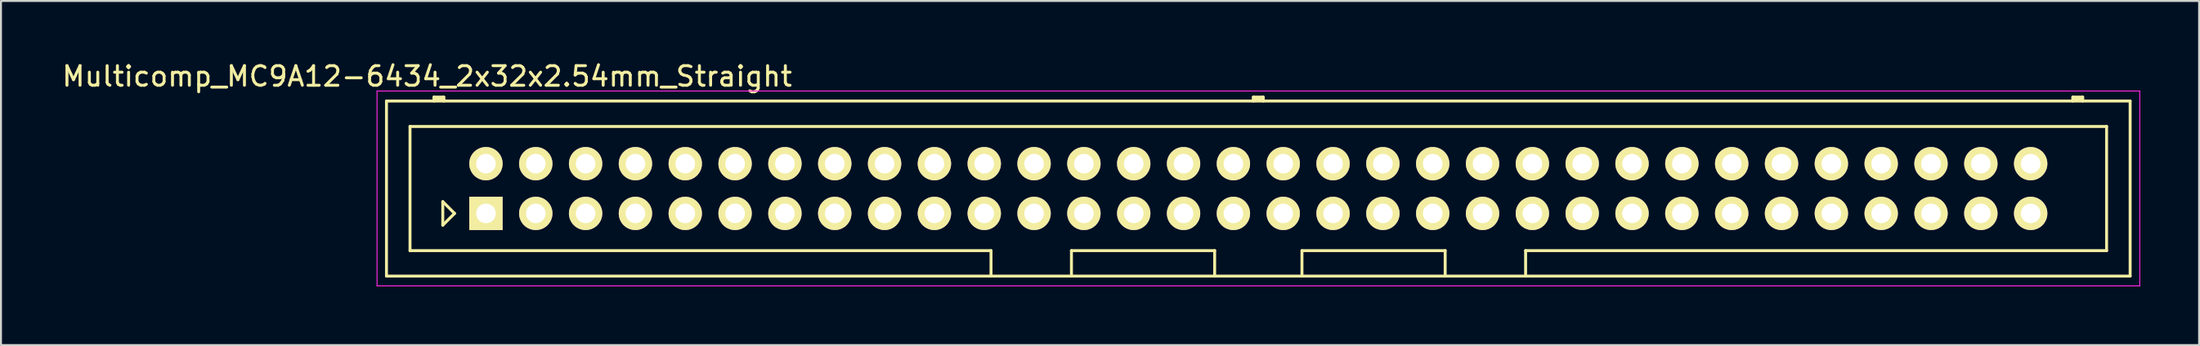
<source format=kicad_pcb>
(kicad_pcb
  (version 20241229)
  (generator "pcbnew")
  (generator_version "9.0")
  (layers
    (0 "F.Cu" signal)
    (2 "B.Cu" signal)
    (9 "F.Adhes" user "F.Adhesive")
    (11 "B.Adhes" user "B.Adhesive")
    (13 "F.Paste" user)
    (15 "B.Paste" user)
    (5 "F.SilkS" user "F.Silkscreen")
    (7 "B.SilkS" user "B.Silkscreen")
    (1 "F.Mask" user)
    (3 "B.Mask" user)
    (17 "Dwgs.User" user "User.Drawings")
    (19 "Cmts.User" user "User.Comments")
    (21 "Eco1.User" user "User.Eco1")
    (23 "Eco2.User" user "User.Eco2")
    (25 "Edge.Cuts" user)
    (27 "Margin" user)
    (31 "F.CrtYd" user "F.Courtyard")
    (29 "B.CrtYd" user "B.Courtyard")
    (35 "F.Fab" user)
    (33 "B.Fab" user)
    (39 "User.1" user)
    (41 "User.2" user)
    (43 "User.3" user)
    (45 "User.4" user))
  (footprint "Multicomp_MC9A12-6434_2x32x2.54mm_Straight"
    (layer "F.Cu")
    (at 21.72 7.848)
    (property "Reference" "Multicomp_MC9A12-6434_2x32x2.54mm_Straight" (at -3 -7 0) (layer "F.SilkS") (effects (font (size 1 1) (thickness 0.15))))
    (attr through_hole)
    (fp_line (start -5.07 -5.74) (end 83.81 -5.74) (stroke (width 0.15) (type solid)) (layer "F.SilkS"))
    (fp_line (start -5.07 3.2) (end -5.07 -5.74) (stroke (width 0.15) (type solid)) (layer "F.SilkS"))
    (fp_line (start -3.87 -4.44) (end 82.61 -4.44) (stroke (width 0.15) (type solid)) (layer "F.SilkS"))
    (fp_line (start -3.87 1.9) (end -3.87 -4.44) (stroke (width 0.15) (type solid)) (layer "F.SilkS"))
    (fp_line (start -2.65 -5.94) (end -2.15 -5.94) (stroke (width 0.15) (type solid)) (layer "F.SilkS"))
    (fp_line (start -2.65 -5.84) (end -2.15 -5.84) (stroke (width 0.15) (type solid)) (layer "F.SilkS"))
    (fp_line (start -2.65 -5.74) (end -2.65 -5.94) (stroke (width 0.15) (type solid)) (layer "F.SilkS"))
    (fp_line (start -2.2 -0.6) (end -1.6 0) (stroke (width 0.15) (type solid)) (layer "F.SilkS"))
    (fp_line (start -2.2 0.6) (end -2.2 -0.6) (stroke (width 0.15) (type solid)) (layer "F.SilkS"))
    (fp_line (start -2.15 -5.94) (end -2.15 -5.74) (stroke (width 0.15) (type solid)) (layer "F.SilkS"))
    (fp_line (start -1.6 0) (end -2.2 0.6) (stroke (width 0.15) (type solid)) (layer "F.SilkS"))
    (fp_line (start 25.745 1.9) (end -3.87 1.9) (stroke (width 0.15) (type solid)) (layer "F.SilkS"))
    (fp_line (start 25.745 3.2) (end 25.745 1.9) (stroke (width 0.15) (type solid)) (layer "F.SilkS"))
    (fp_line (start 29.845 1.9) (end 37.145 1.9) (stroke (width 0.15) (type solid)) (layer "F.SilkS"))
    (fp_line (start 29.845 3.2) (end 29.845 1.9) (stroke (width 0.15) (type solid)) (layer "F.SilkS"))
    (fp_line (start 37.145 1.9) (end 37.145 3.2) (stroke (width 0.15) (type solid)) (layer "F.SilkS"))
    (fp_line (start 39.12 -5.94) (end 39.62 -5.94) (stroke (width 0.15) (type solid)) (layer "F.SilkS"))
    (fp_line (start 39.12 -5.84) (end 39.62 -5.84) (stroke (width 0.15) (type solid)) (layer "F.SilkS"))
    (fp_line (start 39.12 -5.74) (end 39.12 -5.94) (stroke (width 0.15) (type solid)) (layer "F.SilkS"))
    (fp_line (start 39.62 -5.94) (end 39.62 -5.74) (stroke (width 0.15) (type solid)) (layer "F.SilkS"))
    (fp_line (start 41.595 1.9) (end 41.595 3.2) (stroke (width 0.15) (type solid)) (layer "F.SilkS"))
    (fp_line (start 48.895 1.9) (end 41.595 1.9) (stroke (width 0.15) (type solid)) (layer "F.SilkS"))
    (fp_line (start 48.895 3.2) (end 48.895 1.9) (stroke (width 0.15) (type solid)) (layer "F.SilkS"))
    (fp_line (start 52.995 1.9) (end 52.995 3.2) (stroke (width 0.15) (type solid)) (layer "F.SilkS"))
    (fp_line (start 80.89 -5.94) (end 81.39 -5.94) (stroke (width 0.15) (type solid)) (layer "F.SilkS"))
    (fp_line (start 80.89 -5.84) (end 81.39 -5.84) (stroke (width 0.15) (type solid)) (layer "F.SilkS"))
    (fp_line (start 80.89 -5.74) (end 80.89 -5.94) (stroke (width 0.15) (type solid)) (layer "F.SilkS"))
    (fp_line (start 81.39 -5.94) (end 81.39 -5.74) (stroke (width 0.15) (type solid)) (layer "F.SilkS"))
    (fp_line (start 82.61 -4.44) (end 82.61 1.9) (stroke (width 0.15) (type solid)) (layer "F.SilkS"))
    (fp_line (start 82.61 1.9) (end 52.995 1.9) (stroke (width 0.15) (type solid)) (layer "F.SilkS"))
    (fp_line (start 83.81 -5.74) (end 83.81 3.2) (stroke (width 0.15) (type solid)) (layer "F.SilkS"))
    (fp_line (start 83.81 3.2) (end -5.07 3.2) (stroke (width 0.15) (type solid)) (layer "F.SilkS"))
    (fp_line (start -5.55 -6.25) (end 84.3 -6.25) (stroke (width 0.05) (type solid)) (layer "F.CrtYd"))
    (fp_line (start -5.55 3.7) (end -5.55 -6.25) (stroke (width 0.05) (type solid)) (layer "F.CrtYd"))
    (fp_line (start 84.3 -6.25) (end 84.3 3.7) (stroke (width 0.05) (type solid)) (layer "F.CrtYd"))
    (fp_line (start 84.3 3.7) (end -5.55 3.7) (stroke (width 0.05) (type solid)) (layer "F.CrtYd"))
    (pad "1" thru_hole rect (at 0 0) (size 1.7 1.7) (drill 1) (layers "*.Cu" "*.Mask" "F.SilkS"))
    (pad "2" thru_hole circle (at 0 -2.54) (size 1.7 1.7) (drill 1) (layers "*.Cu" "*.Mask" "F.SilkS"))
    (pad "3" thru_hole circle (at 2.54 0) (size 1.7 1.7) (drill 1) (layers "*.Cu" "*.Mask" "F.SilkS"))
    (pad "4" thru_hole circle (at 2.54 -2.54) (size 1.7 1.7) (drill 1) (layers "*.Cu" "*.Mask" "F.SilkS"))
    (pad "5" thru_hole circle (at 5.08 0) (size 1.7 1.7) (drill 1) (layers "*.Cu" "*.Mask" "F.SilkS"))
    (pad "6" thru_hole circle (at 5.08 -2.54) (size 1.7 1.7) (drill 1) (layers "*.Cu" "*.Mask" "F.SilkS"))
    (pad "7" thru_hole circle (at 7.62 0) (size 1.7 1.7) (drill 1) (layers "*.Cu" "*.Mask" "F.SilkS"))
    (pad "8" thru_hole circle (at 7.62 -2.54) (size 1.7 1.7) (drill 1) (layers "*.Cu" "*.Mask" "F.SilkS"))
    (pad "9" thru_hole circle (at 10.16 0) (size 1.7 1.7) (drill 1) (layers "*.Cu" "*.Mask" "F.SilkS"))
    (pad "10" thru_hole circle (at 10.16 -2.54) (size 1.7 1.7) (drill 1) (layers "*.Cu" "*.Mask" "F.SilkS"))
    (pad "11" thru_hole circle (at 12.7 0) (size 1.7 1.7) (drill 1) (layers "*.Cu" "*.Mask" "F.SilkS"))
    (pad "12" thru_hole circle (at 12.7 -2.54) (size 1.7 1.7) (drill 1) (layers "*.Cu" "*.Mask" "F.SilkS"))
    (pad "13" thru_hole circle (at 15.24 0) (size 1.7 1.7) (drill 1) (layers "*.Cu" "*.Mask" "F.SilkS"))
    (pad "14" thru_hole circle (at 15.24 -2.54) (size 1.7 1.7) (drill 1) (layers "*.Cu" "*.Mask" "F.SilkS"))
    (pad "15" thru_hole circle (at 17.78 0) (size 1.7 1.7) (drill 1) (layers "*.Cu" "*.Mask" "F.SilkS"))
    (pad "16" thru_hole circle (at 17.78 -2.54) (size 1.7 1.7) (drill 1) (layers "*.Cu" "*.Mask" "F.SilkS"))
    (pad "17" thru_hole circle (at 20.32 0) (size 1.7 1.7) (drill 1) (layers "*.Cu" "*.Mask" "F.SilkS"))
    (pad "18" thru_hole circle (at 20.32 -2.54) (size 1.7 1.7) (drill 1) (layers "*.Cu" "*.Mask" "F.SilkS"))
    (pad "19" thru_hole circle (at 22.86 0) (size 1.7 1.7) (drill 1) (layers "*.Cu" "*.Mask" "F.SilkS"))
    (pad "20" thru_hole circle (at 22.86 -2.54) (size 1.7 1.7) (drill 1) (layers "*.Cu" "*.Mask" "F.SilkS"))
    (pad "21" thru_hole circle (at 25.4 0) (size 1.7 1.7) (drill 1) (layers "*.Cu" "*.Mask" "F.SilkS"))
    (pad "22" thru_hole circle (at 25.4 -2.54) (size 1.7 1.7) (drill 1) (layers "*.Cu" "*.Mask" "F.SilkS"))
    (pad "23" thru_hole circle (at 27.94 0) (size 1.7 1.7) (drill 1) (layers "*.Cu" "*.Mask" "F.SilkS"))
    (pad "24" thru_hole circle (at 27.94 -2.54) (size 1.7 1.7) (drill 1) (layers "*.Cu" "*.Mask" "F.SilkS"))
    (pad "25" thru_hole circle (at 30.48 0) (size 1.7 1.7) (drill 1) (layers "*.Cu" "*.Mask" "F.SilkS"))
    (pad "26" thru_hole circle (at 30.48 -2.54) (size 1.7 1.7) (drill 1) (layers "*.Cu" "*.Mask" "F.SilkS"))
    (pad "27" thru_hole circle (at 33.02 0) (size 1.7 1.7) (drill 1) (layers "*.Cu" "*.Mask" "F.SilkS"))
    (pad "28" thru_hole circle (at 33.02 -2.54) (size 1.7 1.7) (drill 1) (layers "*.Cu" "*.Mask" "F.SilkS"))
    (pad "29" thru_hole circle (at 35.56 0) (size 1.7 1.7) (drill 1) (layers "*.Cu" "*.Mask" "F.SilkS"))
    (pad "30" thru_hole circle (at 35.56 -2.54) (size 1.7 1.7) (drill 1) (layers "*.Cu" "*.Mask" "F.SilkS"))
    (pad "31" thru_hole circle (at 38.1 0) (size 1.7 1.7) (drill 1) (layers "*.Cu" "*.Mask" "F.SilkS"))
    (pad "32" thru_hole circle (at 38.1 -2.54) (size 1.7 1.7) (drill 1) (layers "*.Cu" "*.Mask" "F.SilkS"))
    (pad "33" thru_hole circle (at 40.64 0) (size 1.7 1.7) (drill 1) (layers "*.Cu" "*.Mask" "F.SilkS"))
    (pad "34" thru_hole circle (at 40.64 -2.54) (size 1.7 1.7) (drill 1) (layers "*.Cu" "*.Mask" "F.SilkS"))
    (pad "35" thru_hole circle (at 43.18 0) (size 1.7 1.7) (drill 1) (layers "*.Cu" "*.Mask" "F.SilkS"))
    (pad "36" thru_hole circle (at 43.18 -2.54) (size 1.7 1.7) (drill 1) (layers "*.Cu" "*.Mask" "F.SilkS"))
    (pad "37" thru_hole circle (at 45.72 0) (size 1.7 1.7) (drill 1) (layers "*.Cu" "*.Mask" "F.SilkS"))
    (pad "38" thru_hole circle (at 45.72 -2.54) (size 1.7 1.7) (drill 1) (layers "*.Cu" "*.Mask" "F.SilkS"))
    (pad "39" thru_hole circle (at 48.26 0) (size 1.7 1.7) (drill 1) (layers "*.Cu" "*.Mask" "F.SilkS"))
    (pad "40" thru_hole circle (at 48.26 -2.54) (size 1.7 1.7) (drill 1) (layers "*.Cu" "*.Mask" "F.SilkS"))
    (pad "41" thru_hole circle (at 50.8 0) (size 1.7 1.7) (drill 1) (layers "*.Cu" "*.Mask" "F.SilkS"))
    (pad "42" thru_hole circle (at 50.8 -2.54) (size 1.7 1.7) (drill 1) (layers "*.Cu" "*.Mask" "F.SilkS"))
    (pad "43" thru_hole circle (at 53.34 0) (size 1.7 1.7) (drill 1) (layers "*.Cu" "*.Mask" "F.SilkS"))
    (pad "44" thru_hole circle (at 53.34 -2.54) (size 1.7 1.7) (drill 1) (layers "*.Cu" "*.Mask" "F.SilkS"))
    (pad "45" thru_hole circle (at 55.88 0) (size 1.7 1.7) (drill 1) (layers "*.Cu" "*.Mask" "F.SilkS"))
    (pad "46" thru_hole circle (at 55.88 -2.54) (size 1.7 1.7) (drill 1) (layers "*.Cu" "*.Mask" "F.SilkS"))
    (pad "47" thru_hole circle (at 58.42 0) (size 1.7 1.7) (drill 1) (layers "*.Cu" "*.Mask" "F.SilkS"))
    (pad "48" thru_hole circle (at 58.42 -2.54) (size 1.7 1.7) (drill 1) (layers "*.Cu" "*.Mask" "F.SilkS"))
    (pad "49" thru_hole circle (at 60.96 0) (size 1.7 1.7) (drill 1) (layers "*.Cu" "*.Mask" "F.SilkS"))
    (pad "50" thru_hole circle (at 60.96 -2.54) (size 1.7 1.7) (drill 1) (layers "*.Cu" "*.Mask" "F.SilkS"))
    (pad "51" thru_hole circle (at 63.5 0) (size 1.7 1.7) (drill 1) (layers "*.Cu" "*.Mask" "F.SilkS"))
    (pad "52" thru_hole circle (at 63.5 -2.54) (size 1.7 1.7) (drill 1) (layers "*.Cu" "*.Mask" "F.SilkS"))
    (pad "53" thru_hole circle (at 66.04 0) (size 1.7 1.7) (drill 1) (layers "*.Cu" "*.Mask" "F.SilkS"))
    (pad "54" thru_hole circle (at 66.04 -2.54) (size 1.7 1.7) (drill 1) (layers "*.Cu" "*.Mask" "F.SilkS"))
    (pad "55" thru_hole circle (at 68.58 0) (size 1.7 1.7) (drill 1) (layers "*.Cu" "*.Mask" "F.SilkS"))
    (pad "56" thru_hole circle (at 68.58 -2.54) (size 1.7 1.7) (drill 1) (layers "*.Cu" "*.Mask" "F.SilkS"))
    (pad "57" thru_hole circle (at 71.12 0) (size 1.7 1.7) (drill 1) (layers "*.Cu" "*.Mask" "F.SilkS"))
    (pad "58" thru_hole circle (at 71.12 -2.54) (size 1.7 1.7) (drill 1) (layers "*.Cu" "*.Mask" "F.SilkS"))
    (pad "59" thru_hole circle (at 73.66 0) (size 1.7 1.7) (drill 1) (layers "*.Cu" "*.Mask" "F.SilkS"))
    (pad "60" thru_hole circle (at 73.66 -2.54) (size 1.7 1.7) (drill 1) (layers "*.Cu" "*.Mask" "F.SilkS"))
    (pad "61" thru_hole circle (at 76.2 0) (size 1.7 1.7) (drill 1) (layers "*.Cu" "*.Mask" "F.SilkS"))
    (pad "62" thru_hole circle (at 76.2 -2.54) (size 1.7 1.7) (drill 1) (layers "*.Cu" "*.Mask" "F.SilkS"))
    (pad "63" thru_hole circle (at 78.74 0) (size 1.7 1.7) (drill 1) (layers "*.Cu" "*.Mask" "F.SilkS"))
    (pad "64" thru_hole circle (at 78.74 -2.54) (size 1.7 1.7) (drill 1) (layers "*.Cu" "*.Mask" "F.SilkS")))
  (gr_rect
    (start -3 -3)
    (end 109.045 14.573)
    (stroke (width 0.1) (type default))
    (fill no)
    (layer "Edge.Cuts")))
</source>
